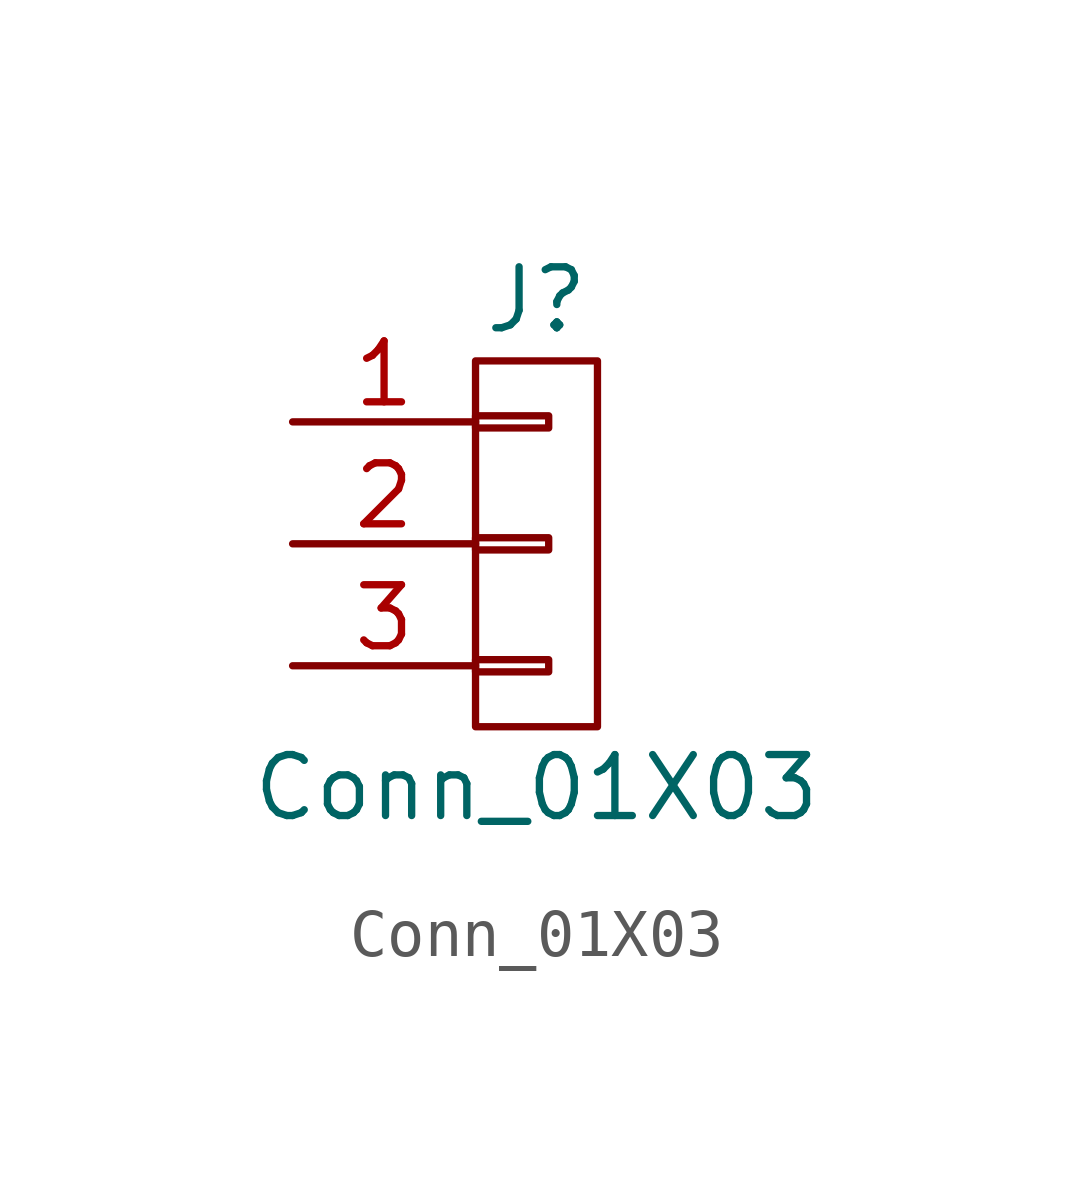
<source format=kicad_sym>
(kicad_symbol_lib
  (version 20211014)
  (generator kicad_symbol_editor)
  (symbol "Conn_01X03"
    (pin_names
      (offset 1.016) hide)
    (property "Reference" "J"
      (at 0 5.08 0)
      (effects (font (size 1.27 1.27))))
    (property "Value" "Conn_01X03"
      (at 0 -5.08 0)
      (effects (font (size 1.27 1.27))))
    (symbol "Conn_01X03_0_1"
      (rectangle (start -1.27 -2.413) (end 0.254 -2.667) (stroke (width 0) (type default) (color 0 0 0 0)) (fill (type none)))
      (rectangle (start -1.27 0.127) (end 0.254 -0.127) (stroke (width 0) (type default) (color 0 0 0 0)) (fill (type none)))
      (rectangle (start -1.27 2.667) (end 0.254 2.413) (stroke (width 0) (type default) (color 0 0 0 0)) (fill (type none)))
      (rectangle (start -1.27 3.81) (end 1.27 -3.81) (stroke (width 0) (type default) (color 0 0 0 0)) (fill (type none))))
    (symbol "Conn_01X03_1_1"
      (pin passive line (at -5.08 2.54 0) (length 3.81) (name "P1" (effects (font (size 1.27 1.27)))) (number "1" (effects (font (size 1.27 1.27)))))
      (pin passive line (at -5.08 0 0) (length 3.81) (name "P2" (effects (font (size 1.27 1.27)))) (number "2" (effects (font (size 1.27 1.27)))))
      (pin passive line (at -5.08 -2.54 0) (length 3.81) (name "P3" (effects (font (size 1.27 1.27)))) (number "3" (effects (font (size 1.27 1.27))))))))
</source>
